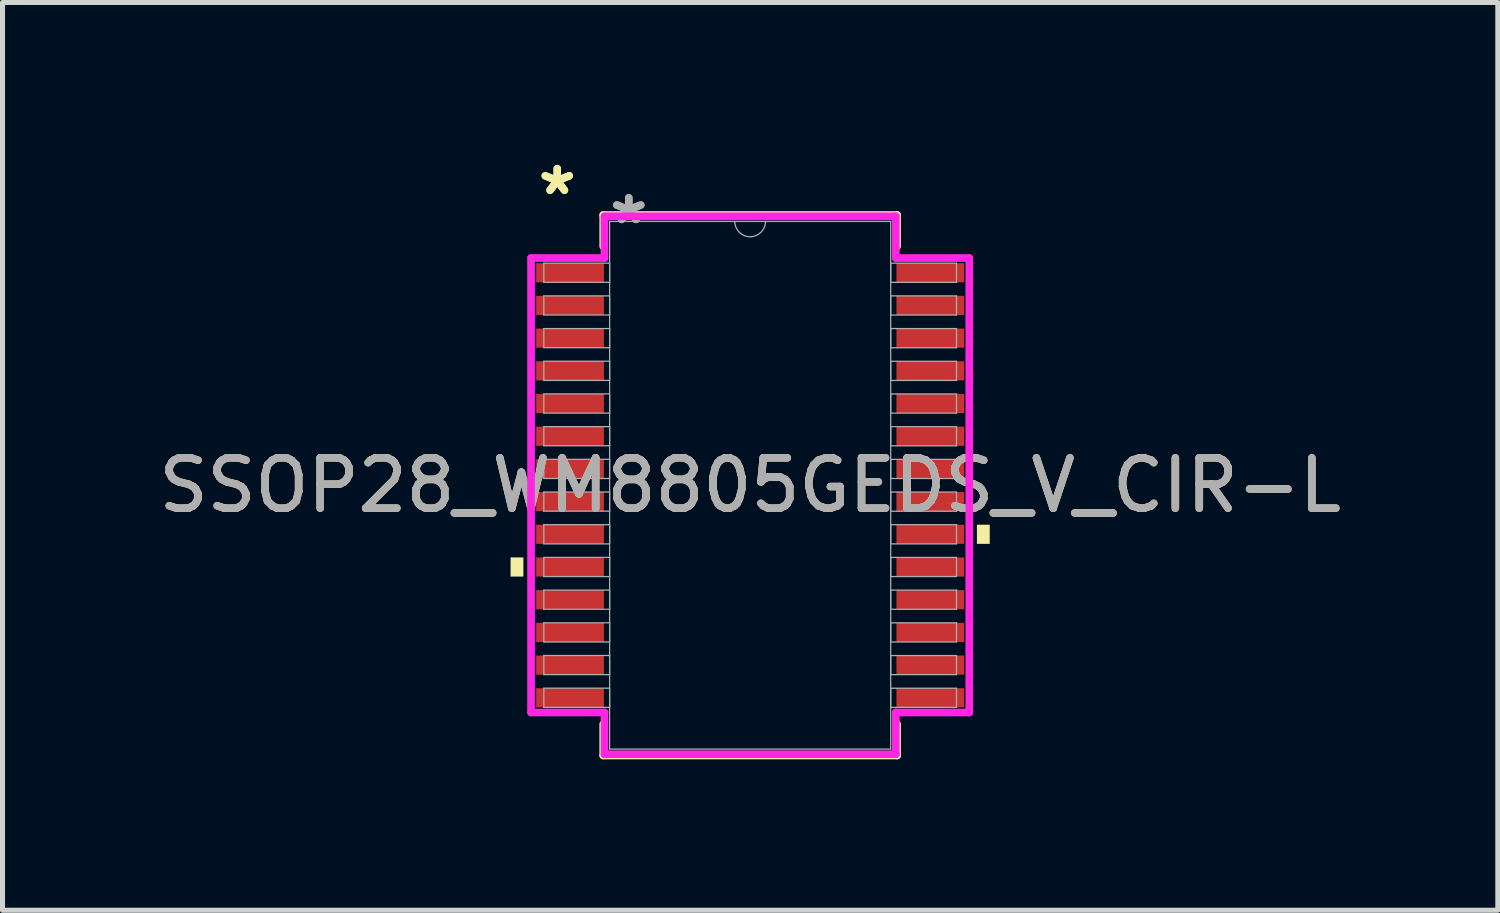
<source format=kicad_pcb>
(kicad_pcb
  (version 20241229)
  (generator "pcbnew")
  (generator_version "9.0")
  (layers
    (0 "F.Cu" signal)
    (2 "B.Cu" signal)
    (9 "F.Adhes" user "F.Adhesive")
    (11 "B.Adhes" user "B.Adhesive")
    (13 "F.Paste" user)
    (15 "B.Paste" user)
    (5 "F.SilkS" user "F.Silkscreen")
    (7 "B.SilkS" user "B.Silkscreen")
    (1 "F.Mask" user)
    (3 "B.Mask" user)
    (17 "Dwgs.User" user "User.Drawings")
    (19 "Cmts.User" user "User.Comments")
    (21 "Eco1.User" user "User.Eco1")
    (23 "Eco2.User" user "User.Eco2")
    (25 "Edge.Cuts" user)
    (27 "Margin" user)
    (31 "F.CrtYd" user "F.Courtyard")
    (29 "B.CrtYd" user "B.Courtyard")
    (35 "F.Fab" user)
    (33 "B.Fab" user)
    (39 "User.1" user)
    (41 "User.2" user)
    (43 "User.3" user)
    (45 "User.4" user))
  (footprint "SSOP28_WM8805GEDS_V_CIR-L"
    (layer "F.Cu")
    (at 11.863 6.597)
    (property "Reference" "SSOP28_WM8805GEDS_V_CIR-L" (at 0 0 0) (unlocked yes) (layer "F.SilkS") (effects (font (size 1 1) (thickness 0.15))))
    (attr smd)
    (fp_line (start -2.921 -5.372) (end -2.921 -4.748) (stroke (width 0.152) (type solid)) (layer "F.SilkS"))
    (fp_line (start -2.921 4.748) (end -2.921 5.372) (stroke (width 0.152) (type solid)) (layer "F.SilkS"))
    (fp_line (start -2.921 5.372) (end 2.921 5.372) (stroke (width 0.152) (type solid)) (layer "F.SilkS"))
    (fp_line (start 2.921 -5.372) (end -2.921 -5.372) (stroke (width 0.152) (type solid)) (layer "F.SilkS"))
    (fp_line (start 2.921 -4.748) (end 2.921 -5.372) (stroke (width 0.152) (type solid)) (layer "F.SilkS"))
    (fp_line (start 2.921 5.372) (end 2.921 4.748) (stroke (width 0.152) (type solid)) (layer "F.SilkS"))
    (fp_poly (pts (xy -4.763 1.434) (xy -4.763 1.815) (xy -4.508 1.815) (xy -4.508 1.434)) (stroke (width 0) (type solid)) (fill yes) (layer "F.SilkS"))
    (fp_poly (pts (xy 4.763 0.784) (xy 4.763 1.165) (xy 4.508 1.165) (xy 4.508 0.784)) (stroke (width 0) (type solid)) (fill yes) (layer "F.SilkS"))
    (fp_line (start -4.356 -4.517) (end -2.896 -4.517) (stroke (width 0.152) (type solid)) (layer "F.CrtYd"))
    (fp_line (start -4.356 4.517) (end -4.356 -4.517) (stroke (width 0.152) (type solid)) (layer "F.CrtYd"))
    (fp_line (start -4.356 4.517) (end -2.896 4.517) (stroke (width 0.152) (type solid)) (layer "F.CrtYd"))
    (fp_line (start -2.896 -5.347) (end 2.896 -5.347) (stroke (width 0.152) (type solid)) (layer "F.CrtYd"))
    (fp_line (start -2.896 -4.517) (end -2.896 -5.347) (stroke (width 0.152) (type solid)) (layer "F.CrtYd"))
    (fp_line (start -2.896 5.347) (end -2.896 4.517) (stroke (width 0.152) (type solid)) (layer "F.CrtYd"))
    (fp_line (start 2.896 -5.347) (end 2.896 -4.517) (stroke (width 0.152) (type solid)) (layer "F.CrtYd"))
    (fp_line (start 2.896 4.517) (end 2.896 5.347) (stroke (width 0.152) (type solid)) (layer "F.CrtYd"))
    (fp_line (start 2.896 5.347) (end -2.896 5.347) (stroke (width 0.152) (type solid)) (layer "F.CrtYd"))
    (fp_line (start 4.356 -4.517) (end 2.896 -4.517) (stroke (width 0.152) (type solid)) (layer "F.CrtYd"))
    (fp_line (start 4.356 -4.517) (end 4.356 4.517) (stroke (width 0.152) (type solid)) (layer "F.CrtYd"))
    (fp_line (start 4.356 4.517) (end 2.896 4.517) (stroke (width 0.152) (type solid)) (layer "F.CrtYd"))
    (fp_line (start -4.102 -4.415) (end -4.102 -4.035) (stroke (width 0.025) (type solid)) (layer "F.Fab"))
    (fp_line (start -4.102 -4.035) (end -2.794 -4.035) (stroke (width 0.025) (type solid)) (layer "F.Fab"))
    (fp_line (start -4.102 -3.765) (end -4.102 -3.385) (stroke (width 0.025) (type solid)) (layer "F.Fab"))
    (fp_line (start -4.102 -3.385) (end -2.794 -3.385) (stroke (width 0.025) (type solid)) (layer "F.Fab"))
    (fp_line (start -4.102 -3.115) (end -4.102 -2.735) (stroke (width 0.025) (type solid)) (layer "F.Fab"))
    (fp_line (start -4.102 -2.735) (end -2.794 -2.735) (stroke (width 0.025) (type solid)) (layer "F.Fab"))
    (fp_line (start -4.102 -2.466) (end -4.102 -2.084) (stroke (width 0.025) (type solid)) (layer "F.Fab"))
    (fp_line (start -4.102 -2.084) (end -2.794 -2.084) (stroke (width 0.025) (type solid)) (layer "F.Fab"))
    (fp_line (start -4.102 -1.816) (end -4.102 -1.435) (stroke (width 0.025) (type solid)) (layer "F.Fab"))
    (fp_line (start -4.102 -1.435) (end -2.794 -1.435) (stroke (width 0.025) (type solid)) (layer "F.Fab"))
    (fp_line (start -4.102 -1.166) (end -4.102 -0.785) (stroke (width 0.025) (type solid)) (layer "F.Fab"))
    (fp_line (start -4.102 -0.785) (end -2.794 -0.785) (stroke (width 0.025) (type solid)) (layer "F.Fab"))
    (fp_line (start -4.102 -0.516) (end -4.102 -0.135) (stroke (width 0.025) (type solid)) (layer "F.Fab"))
    (fp_line (start -4.102 -0.135) (end -2.794 -0.135) (stroke (width 0.025) (type solid)) (layer "F.Fab"))
    (fp_line (start -4.102 0.134) (end -4.102 0.515) (stroke (width 0.025) (type solid)) (layer "F.Fab"))
    (fp_line (start -4.102 0.515) (end -2.794 0.515) (stroke (width 0.025) (type solid)) (layer "F.Fab"))
    (fp_line (start -4.102 0.784) (end -4.102 1.165) (stroke (width 0.025) (type solid)) (layer "F.Fab"))
    (fp_line (start -4.102 1.165) (end -2.794 1.165) (stroke (width 0.025) (type solid)) (layer "F.Fab"))
    (fp_line (start -4.102 1.434) (end -4.102 1.815) (stroke (width 0.025) (type solid)) (layer "F.Fab"))
    (fp_line (start -4.102 1.815) (end -2.794 1.815) (stroke (width 0.025) (type solid)) (layer "F.Fab"))
    (fp_line (start -4.102 2.084) (end -4.102 2.465) (stroke (width 0.025) (type solid)) (layer "F.Fab"))
    (fp_line (start -4.102 2.465) (end -2.794 2.465) (stroke (width 0.025) (type solid)) (layer "F.Fab"))
    (fp_line (start -4.102 2.734) (end -4.102 3.115) (stroke (width 0.025) (type solid)) (layer "F.Fab"))
    (fp_line (start -4.102 3.115) (end -2.794 3.115) (stroke (width 0.025) (type solid)) (layer "F.Fab"))
    (fp_line (start -4.102 3.384) (end -4.102 3.765) (stroke (width 0.025) (type solid)) (layer "F.Fab"))
    (fp_line (start -4.102 3.765) (end -2.794 3.765) (stroke (width 0.025) (type solid)) (layer "F.Fab"))
    (fp_line (start -4.102 4.034) (end -4.102 4.415) (stroke (width 0.025) (type solid)) (layer "F.Fab"))
    (fp_line (start -4.102 4.415) (end -2.794 4.415) (stroke (width 0.025) (type solid)) (layer "F.Fab"))
    (fp_line (start -2.794 -5.245) (end -2.794 5.245) (stroke (width 0.025) (type solid)) (layer "F.Fab"))
    (fp_line (start -2.794 -4.415) (end -4.102 -4.415) (stroke (width 0.025) (type solid)) (layer "F.Fab"))
    (fp_line (start -2.794 -4.035) (end -2.794 -4.415) (stroke (width 0.025) (type solid)) (layer "F.Fab"))
    (fp_line (start -2.794 -3.765) (end -4.102 -3.765) (stroke (width 0.025) (type solid)) (layer "F.Fab"))
    (fp_line (start -2.794 -3.385) (end -2.794 -3.765) (stroke (width 0.025) (type solid)) (layer "F.Fab"))
    (fp_line (start -2.794 -3.115) (end -4.102 -3.115) (stroke (width 0.025) (type solid)) (layer "F.Fab"))
    (fp_line (start -2.794 -2.735) (end -2.794 -3.115) (stroke (width 0.025) (type solid)) (layer "F.Fab"))
    (fp_line (start -2.794 -2.466) (end -4.102 -2.466) (stroke (width 0.025) (type solid)) (layer "F.Fab"))
    (fp_line (start -2.794 -2.084) (end -2.794 -2.466) (stroke (width 0.025) (type solid)) (layer "F.Fab"))
    (fp_line (start -2.794 -1.816) (end -4.102 -1.816) (stroke (width 0.025) (type solid)) (layer "F.Fab"))
    (fp_line (start -2.794 -1.435) (end -2.794 -1.816) (stroke (width 0.025) (type solid)) (layer "F.Fab"))
    (fp_line (start -2.794 -1.166) (end -4.102 -1.166) (stroke (width 0.025) (type solid)) (layer "F.Fab"))
    (fp_line (start -2.794 -0.785) (end -2.794 -1.166) (stroke (width 0.025) (type solid)) (layer "F.Fab"))
    (fp_line (start -2.794 -0.516) (end -4.102 -0.516) (stroke (width 0.025) (type solid)) (layer "F.Fab"))
    (fp_line (start -2.794 -0.135) (end -2.794 -0.516) (stroke (width 0.025) (type solid)) (layer "F.Fab"))
    (fp_line (start -2.794 0.134) (end -4.102 0.134) (stroke (width 0.025) (type solid)) (layer "F.Fab"))
    (fp_line (start -2.794 0.515) (end -2.794 0.134) (stroke (width 0.025) (type solid)) (layer "F.Fab"))
    (fp_line (start -2.794 0.784) (end -4.102 0.784) (stroke (width 0.025) (type solid)) (layer "F.Fab"))
    (fp_line (start -2.794 1.165) (end -2.794 0.784) (stroke (width 0.025) (type solid)) (layer "F.Fab"))
    (fp_line (start -2.794 1.434) (end -4.102 1.434) (stroke (width 0.025) (type solid)) (layer "F.Fab"))
    (fp_line (start -2.794 1.815) (end -2.794 1.434) (stroke (width 0.025) (type solid)) (layer "F.Fab"))
    (fp_line (start -2.794 2.084) (end -4.102 2.084) (stroke (width 0.025) (type solid)) (layer "F.Fab"))
    (fp_line (start -2.794 2.465) (end -2.794 2.084) (stroke (width 0.025) (type solid)) (layer "F.Fab"))
    (fp_line (start -2.794 2.734) (end -4.102 2.734) (stroke (width 0.025) (type solid)) (layer "F.Fab"))
    (fp_line (start -2.794 3.115) (end -2.794 2.734) (stroke (width 0.025) (type solid)) (layer "F.Fab"))
    (fp_line (start -2.794 3.384) (end -4.102 3.384) (stroke (width 0.025) (type solid)) (layer "F.Fab"))
    (fp_line (start -2.794 3.765) (end -2.794 3.384) (stroke (width 0.025) (type solid)) (layer "F.Fab"))
    (fp_line (start -2.794 4.034) (end -4.102 4.034) (stroke (width 0.025) (type solid)) (layer "F.Fab"))
    (fp_line (start -2.794 4.415) (end -2.794 4.034) (stroke (width 0.025) (type solid)) (layer "F.Fab"))
    (fp_line (start -2.794 5.245) (end 2.794 5.245) (stroke (width 0.025) (type solid)) (layer "F.Fab"))
    (fp_line (start 2.794 -5.245) (end -2.794 -5.245) (stroke (width 0.025) (type solid)) (layer "F.Fab"))
    (fp_line (start 2.794 -4.415) (end 2.794 -4.034) (stroke (width 0.025) (type solid)) (layer "F.Fab"))
    (fp_line (start 2.794 -4.034) (end 4.102 -4.034) (stroke (width 0.025) (type solid)) (layer "F.Fab"))
    (fp_line (start 2.794 -3.765) (end 2.794 -3.384) (stroke (width 0.025) (type solid)) (layer "F.Fab"))
    (fp_line (start 2.794 -3.384) (end 4.102 -3.384) (stroke (width 0.025) (type solid)) (layer "F.Fab"))
    (fp_line (start 2.794 -3.115) (end 2.794 -2.734) (stroke (width 0.025) (type solid)) (layer "F.Fab"))
    (fp_line (start 2.794 -2.734) (end 4.102 -2.734) (stroke (width 0.025) (type solid)) (layer "F.Fab"))
    (fp_line (start 2.794 -2.465) (end 2.794 -2.084) (stroke (width 0.025) (type solid)) (layer "F.Fab"))
    (fp_line (start 2.794 -2.084) (end 4.102 -2.084) (stroke (width 0.025) (type solid)) (layer "F.Fab"))
    (fp_line (start 2.794 -1.815) (end 2.794 -1.434) (stroke (width 0.025) (type solid)) (layer "F.Fab"))
    (fp_line (start 2.794 -1.434) (end 4.102 -1.434) (stroke (width 0.025) (type solid)) (layer "F.Fab"))
    (fp_line (start 2.794 -1.165) (end 2.794 -0.784) (stroke (width 0.025) (type solid)) (layer "F.Fab"))
    (fp_line (start 2.794 -0.784) (end 4.102 -0.784) (stroke (width 0.025) (type solid)) (layer "F.Fab"))
    (fp_line (start 2.794 -0.515) (end 2.794 -0.134) (stroke (width 0.025) (type solid)) (layer "F.Fab"))
    (fp_line (start 2.794 -0.134) (end 4.102 -0.134) (stroke (width 0.025) (type solid)) (layer "F.Fab"))
    (fp_line (start 2.794 0.135) (end 2.794 0.516) (stroke (width 0.025) (type solid)) (layer "F.Fab"))
    (fp_line (start 2.794 0.516) (end 4.102 0.516) (stroke (width 0.025) (type solid)) (layer "F.Fab"))
    (fp_line (start 2.794 0.784) (end 2.794 1.165) (stroke (width 0.025) (type solid)) (layer "F.Fab"))
    (fp_line (start 2.794 1.165) (end 4.102 1.165) (stroke (width 0.025) (type solid)) (layer "F.Fab"))
    (fp_line (start 2.794 1.435) (end 2.794 1.815) (stroke (width 0.025) (type solid)) (layer "F.Fab"))
    (fp_line (start 2.794 1.815) (end 4.102 1.815) (stroke (width 0.025) (type solid)) (layer "F.Fab"))
    (fp_line (start 2.794 2.084) (end 2.794 2.466) (stroke (width 0.025) (type solid)) (layer "F.Fab"))
    (fp_line (start 2.794 2.466) (end 4.102 2.466) (stroke (width 0.025) (type solid)) (layer "F.Fab"))
    (fp_line (start 2.794 2.735) (end 2.794 3.115) (stroke (width 0.025) (type solid)) (layer "F.Fab"))
    (fp_line (start 2.794 3.115) (end 4.102 3.115) (stroke (width 0.025) (type solid)) (layer "F.Fab"))
    (fp_line (start 2.794 3.385) (end 2.794 3.765) (stroke (width 0.025) (type solid)) (layer "F.Fab"))
    (fp_line (start 2.794 3.765) (end 4.102 3.765) (stroke (width 0.025) (type solid)) (layer "F.Fab"))
    (fp_line (start 2.794 4.035) (end 2.794 4.415) (stroke (width 0.025) (type solid)) (layer "F.Fab"))
    (fp_line (start 2.794 4.415) (end 4.102 4.415) (stroke (width 0.025) (type solid)) (layer "F.Fab"))
    (fp_line (start 2.794 5.245) (end 2.794 -5.245) (stroke (width 0.025) (type solid)) (layer "F.Fab"))
    (fp_line (start 4.102 -4.415) (end 2.794 -4.415) (stroke (width 0.025) (type solid)) (layer "F.Fab"))
    (fp_line (start 4.102 -4.034) (end 4.102 -4.415) (stroke (width 0.025) (type solid)) (layer "F.Fab"))
    (fp_line (start 4.102 -3.765) (end 2.794 -3.765) (stroke (width 0.025) (type solid)) (layer "F.Fab"))
    (fp_line (start 4.102 -3.384) (end 4.102 -3.765) (stroke (width 0.025) (type solid)) (layer "F.Fab"))
    (fp_line (start 4.102 -3.115) (end 2.794 -3.115) (stroke (width 0.025) (type solid)) (layer "F.Fab"))
    (fp_line (start 4.102 -2.734) (end 4.102 -3.115) (stroke (width 0.025) (type solid)) (layer "F.Fab"))
    (fp_line (start 4.102 -2.465) (end 2.794 -2.465) (stroke (width 0.025) (type solid)) (layer "F.Fab"))
    (fp_line (start 4.102 -2.084) (end 4.102 -2.465) (stroke (width 0.025) (type solid)) (layer "F.Fab"))
    (fp_line (start 4.102 -1.815) (end 2.794 -1.815) (stroke (width 0.025) (type solid)) (layer "F.Fab"))
    (fp_line (start 4.102 -1.434) (end 4.102 -1.815) (stroke (width 0.025) (type solid)) (layer "F.Fab"))
    (fp_line (start 4.102 -1.165) (end 2.794 -1.165) (stroke (width 0.025) (type solid)) (layer "F.Fab"))
    (fp_line (start 4.102 -0.784) (end 4.102 -1.165) (stroke (width 0.025) (type solid)) (layer "F.Fab"))
    (fp_line (start 4.102 -0.515) (end 2.794 -0.515) (stroke (width 0.025) (type solid)) (layer "F.Fab"))
    (fp_line (start 4.102 -0.134) (end 4.102 -0.515) (stroke (width 0.025) (type solid)) (layer "F.Fab"))
    (fp_line (start 4.102 0.135) (end 2.794 0.135) (stroke (width 0.025) (type solid)) (layer "F.Fab"))
    (fp_line (start 4.102 0.516) (end 4.102 0.135) (stroke (width 0.025) (type solid)) (layer "F.Fab"))
    (fp_line (start 4.102 0.784) (end 2.794 0.784) (stroke (width 0.025) (type solid)) (layer "F.Fab"))
    (fp_line (start 4.102 1.165) (end 4.102 0.784) (stroke (width 0.025) (type solid)) (layer "F.Fab"))
    (fp_line (start 4.102 1.435) (end 2.794 1.435) (stroke (width 0.025) (type solid)) (layer "F.Fab"))
    (fp_line (start 4.102 1.815) (end 4.102 1.435) (stroke (width 0.025) (type solid)) (layer "F.Fab"))
    (fp_line (start 4.102 2.084) (end 2.794 2.084) (stroke (width 0.025) (type solid)) (layer "F.Fab"))
    (fp_line (start 4.102 2.466) (end 4.102 2.084) (stroke (width 0.025) (type solid)) (layer "F.Fab"))
    (fp_line (start 4.102 2.735) (end 2.794 2.735) (stroke (width 0.025) (type solid)) (layer "F.Fab"))
    (fp_line (start 4.102 3.115) (end 4.102 2.735) (stroke (width 0.025) (type solid)) (layer "F.Fab"))
    (fp_line (start 4.102 3.385) (end 2.794 3.385) (stroke (width 0.025) (type solid)) (layer "F.Fab"))
    (fp_line (start 4.102 3.765) (end 4.102 3.385) (stroke (width 0.025) (type solid)) (layer "F.Fab"))
    (fp_line (start 4.102 4.035) (end 2.794 4.035) (stroke (width 0.025) (type solid)) (layer "F.Fab"))
    (fp_line (start 4.102 4.415) (end 4.102 4.035) (stroke (width 0.025) (type solid)) (layer "F.Fab"))
    (fp_arc (start 0.3048 -5.2451) (mid 0 -4.9403) (end -0.3048 -5.2451) (stroke (width 0.0254) (type solid)) (layer "F.Fab"))
    (fp_text user "*" (at -3.835 -5.749 0) (layer "F.SilkS") (effects (font (size 1 1) (thickness 0.15))))
    (fp_text user "*" (at -3.835 -5.749 0) (unlocked yes) (layer "F.SilkS") (effects (font (size 1 1) (thickness 0.15))))
    (fp_text user "*" (at -2.413 -5.169 0) (layer "F.Fab") (effects (font (size 1 1) (thickness 0.15))))
    (fp_text user "${REFERENCE}" (at 0 0 0) (unlocked yes) (layer "F.Fab") (effects (font (size 1 1) (thickness 0.15))))
    (fp_text user "*" (at -2.413 -5.169 0) (unlocked yes) (layer "F.Fab") (effects (font (size 1 1) (thickness 0.15))))
    (pad "1" smd rect (at -3.581 -4.225) (size 1.346 0.381) (layers "F.Cu" "F.Mask" "F.Paste"))
    (pad "2" smd rect (at -3.581 -3.575) (size 1.346 0.381) (layers "F.Cu" "F.Mask" "F.Paste"))
    (pad "3" smd rect (at -3.581 -2.925) (size 1.346 0.381) (layers "F.Cu" "F.Mask" "F.Paste"))
    (pad "4" smd rect (at -3.581 -2.275) (size 1.346 0.381) (layers "F.Cu" "F.Mask" "F.Paste"))
    (pad "5" smd rect (at -3.581 -1.625) (size 1.346 0.381) (layers "F.Cu" "F.Mask" "F.Paste"))
    (pad "6" smd rect (at -3.581 -0.975) (size 1.346 0.381) (layers "F.Cu" "F.Mask" "F.Paste"))
    (pad "7" smd rect (at -3.581 -0.325) (size 1.346 0.381) (layers "F.Cu" "F.Mask" "F.Paste"))
    (pad "8" smd rect (at -3.581 0.325) (size 1.346 0.381) (layers "F.Cu" "F.Mask" "F.Paste"))
    (pad "9" smd rect (at -3.581 0.975) (size 1.346 0.381) (layers "F.Cu" "F.Mask" "F.Paste"))
    (pad "10" smd rect (at -3.581 1.625) (size 1.346 0.381) (layers "F.Cu" "F.Mask" "F.Paste"))
    (pad "11" smd rect (at -3.581 2.275) (size 1.346 0.381) (layers "F.Cu" "F.Mask" "F.Paste"))
    (pad "12" smd rect (at -3.581 2.925) (size 1.346 0.381) (layers "F.Cu" "F.Mask" "F.Paste"))
    (pad "13" smd rect (at -3.581 3.575) (size 1.346 0.381) (layers "F.Cu" "F.Mask" "F.Paste"))
    (pad "14" smd rect (at -3.581 4.225) (size 1.346 0.381) (layers "F.Cu" "F.Mask" "F.Paste"))
    (pad "15" smd rect (at 3.581 4.225) (size 1.346 0.381) (layers "F.Cu" "F.Mask" "F.Paste"))
    (pad "16" smd rect (at 3.581 3.575) (size 1.346 0.381) (layers "F.Cu" "F.Mask" "F.Paste"))
    (pad "17" smd rect (at 3.581 2.925) (size 1.346 0.381) (layers "F.Cu" "F.Mask" "F.Paste"))
    (pad "18" smd rect (at 3.581 2.275) (size 1.346 0.381) (layers "F.Cu" "F.Mask" "F.Paste"))
    (pad "19" smd rect (at 3.581 1.625) (size 1.346 0.381) (layers "F.Cu" "F.Mask" "F.Paste"))
    (pad "20" smd rect (at 3.581 0.975) (size 1.346 0.381) (layers "F.Cu" "F.Mask" "F.Paste"))
    (pad "21" smd rect (at 3.581 0.325) (size 1.346 0.381) (layers "F.Cu" "F.Mask" "F.Paste"))
    (pad "22" smd rect (at 3.581 -0.325) (size 1.346 0.381) (layers "F.Cu" "F.Mask" "F.Paste"))
    (pad "23" smd rect (at 3.581 -0.975) (size 1.346 0.381) (layers "F.Cu" "F.Mask" "F.Paste"))
    (pad "24" smd rect (at 3.581 -1.625) (size 1.346 0.381) (layers "F.Cu" "F.Mask" "F.Paste"))
    (pad "25" smd rect (at 3.581 -2.275) (size 1.346 0.381) (layers "F.Cu" "F.Mask" "F.Paste"))
    (pad "26" smd rect (at 3.581 -2.925) (size 1.346 0.381) (layers "F.Cu" "F.Mask" "F.Paste"))
    (pad "27" smd rect (at 3.581 -3.575) (size 1.346 0.381) (layers "F.Cu" "F.Mask" "F.Paste"))
    (pad "28" smd rect (at 3.581 -4.225) (size 1.346 0.381) (layers "F.Cu" "F.Mask" "F.Paste")))
  (gr_rect
    (start -3 -3)
    (end 26.726 15.046)
    (stroke (width 0.1) (type default))
    (fill no)
    (layer "Edge.Cuts")))
</source>
